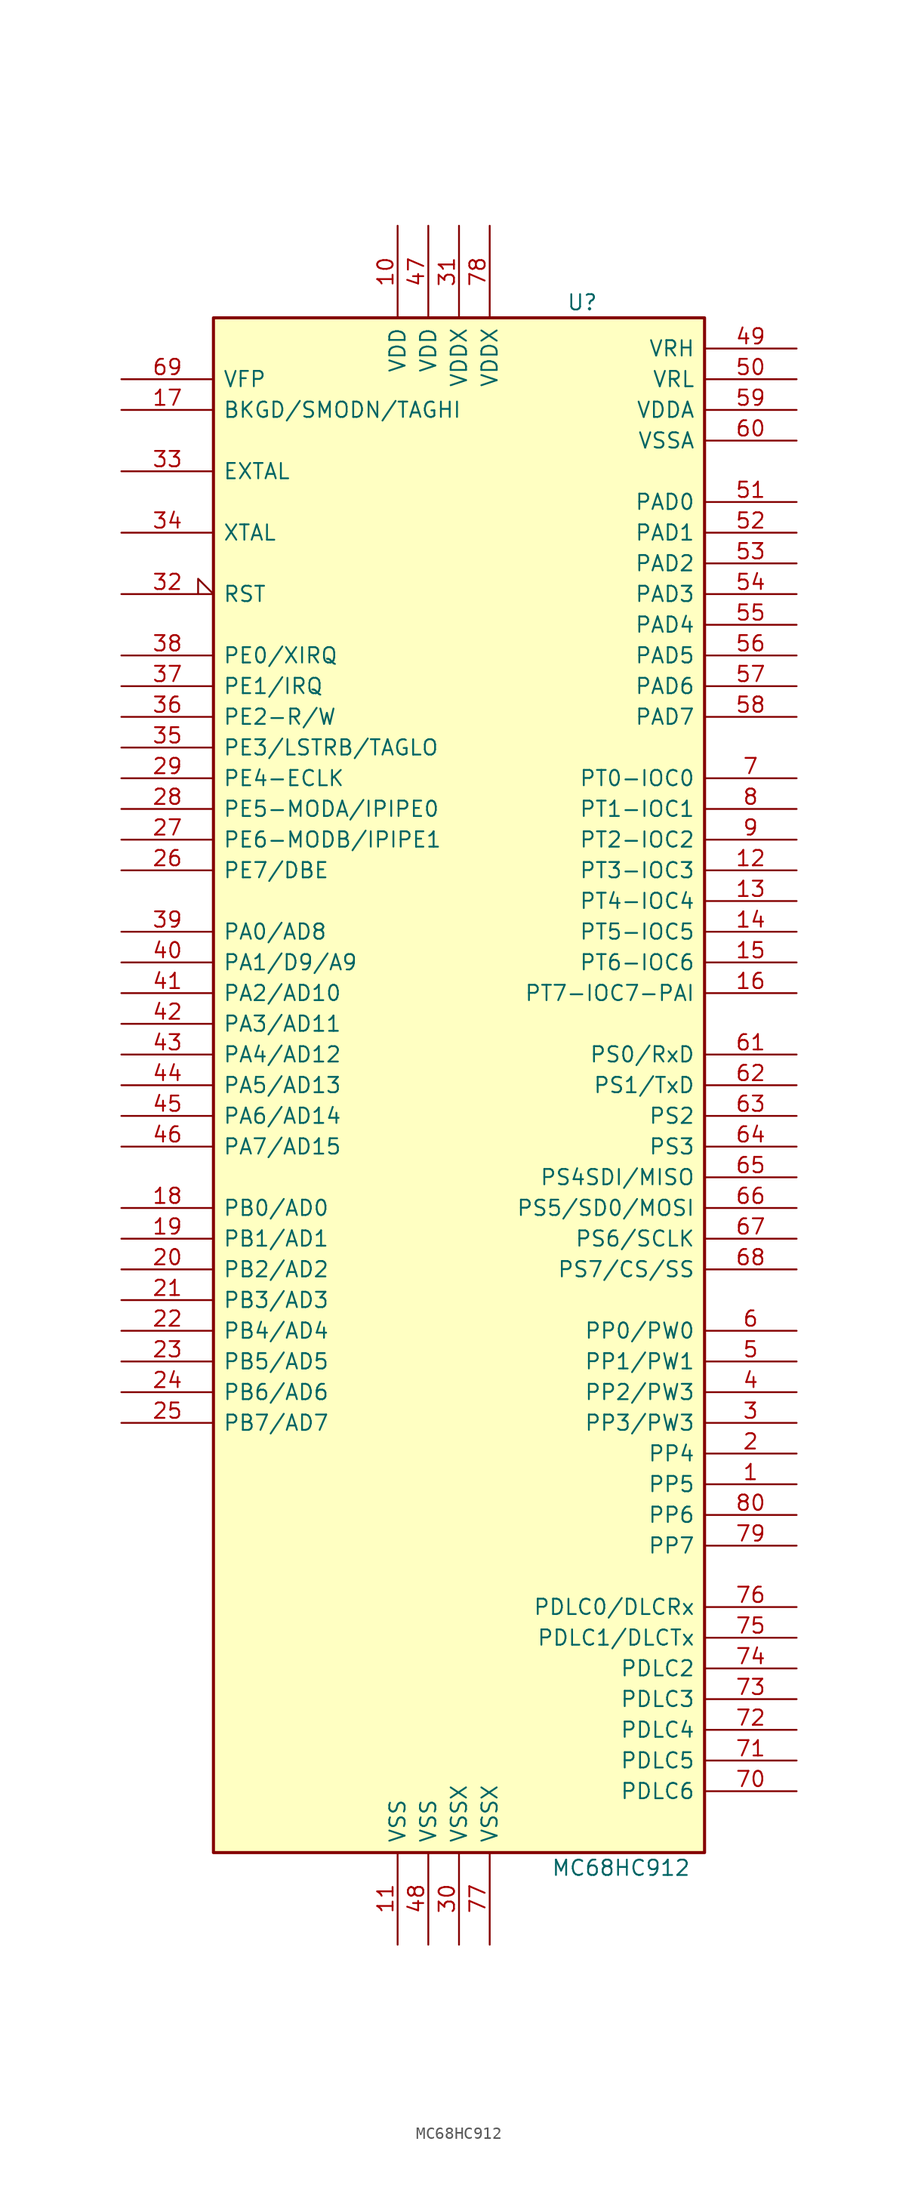
<source format=kicad_sym>
(kicad_symbol_lib
  (version 20201005)
  (generator kicad_symbol_editor)
  (symbol "MC68HC912"
    (pin_names
      (offset 0.762))
    (property "Reference" "U"
      (at 8.89 67.31 0)
      (effects (font (size 1.27 1.27)) (justify left)))
    (property "Value" "MC68HC912"
      (at 7.62 -62.23 0)
      (effects (font (size 1.27 1.27)) (justify left)))
    (symbol "MC68HC912_0_1"
      (rectangle (start -20.32 -60.96) (end 20.32 66.04) (stroke (width 0.254)) (fill (type background))))
    (symbol "MC68HC912_1_1"
      (pin bidirectional line (at 27.94 -30.48 180) (length 7.62) (name "PP5" (effects (font (size 1.27 1.27)))) (number "1" (effects (font (size 1.27 1.27)))))
      (pin power_in line (at -5.08 73.66 270) (length 7.62) (name "VDD" (effects (font (size 1.27 1.27)))) (number "10" (effects (font (size 1.27 1.27)))))
      (pin power_in line (at -5.08 -68.58 90) (length 7.62) (name "VSS" (effects (font (size 1.27 1.27)))) (number "11" (effects (font (size 1.27 1.27)))))
      (pin bidirectional line (at 27.94 20.32 180) (length 7.62) (name "PT3-IOC3" (effects (font (size 1.27 1.27)))) (number "12" (effects (font (size 1.27 1.27)))))
      (pin bidirectional line (at 27.94 17.78 180) (length 7.62) (name "PT4-IOC4" (effects (font (size 1.27 1.27)))) (number "13" (effects (font (size 1.27 1.27)))))
      (pin bidirectional line (at 27.94 15.24 180) (length 7.62) (name "PT5-IOC5" (effects (font (size 1.27 1.27)))) (number "14" (effects (font (size 1.27 1.27)))))
      (pin bidirectional line (at 27.94 12.7 180) (length 7.62) (name "PT6-IOC6" (effects (font (size 1.27 1.27)))) (number "15" (effects (font (size 1.27 1.27)))))
      (pin bidirectional line (at 27.94 10.16 180) (length 7.62) (name "PT7-IOC7-PAI" (effects (font (size 1.27 1.27)))) (number "16" (effects (font (size 1.27 1.27)))))
      (pin bidirectional line (at -27.94 58.42 0) (length 7.62) (name "BKGD/SMODN/TAGHI" (effects (font (size 1.27 1.27)))) (number "17" (effects (font (size 1.27 1.27)))))
      (pin bidirectional line (at -27.94 -7.62 0) (length 7.62) (name "PB0/AD0" (effects (font (size 1.27 1.27)))) (number "18" (effects (font (size 1.27 1.27)))))
      (pin bidirectional line (at -27.94 -10.16 0) (length 7.62) (name "PB1/AD1" (effects (font (size 1.27 1.27)))) (number "19" (effects (font (size 1.27 1.27)))))
      (pin bidirectional line (at 27.94 -27.94 180) (length 7.62) (name "PP4" (effects (font (size 1.27 1.27)))) (number "2" (effects (font (size 1.27 1.27)))))
      (pin bidirectional line (at -27.94 -12.7 0) (length 7.62) (name "PB2/AD2" (effects (font (size 1.27 1.27)))) (number "20" (effects (font (size 1.27 1.27)))))
      (pin bidirectional line (at -27.94 -15.24 0) (length 7.62) (name "PB3/AD3" (effects (font (size 1.27 1.27)))) (number "21" (effects (font (size 1.27 1.27)))))
      (pin bidirectional line (at -27.94 -17.78 0) (length 7.62) (name "PB4/AD4" (effects (font (size 1.27 1.27)))) (number "22" (effects (font (size 1.27 1.27)))))
      (pin bidirectional line (at -27.94 -20.32 0) (length 7.62) (name "PB5/AD5" (effects (font (size 1.27 1.27)))) (number "23" (effects (font (size 1.27 1.27)))))
      (pin bidirectional line (at -27.94 -22.86 0) (length 7.62) (name "PB6/AD6" (effects (font (size 1.27 1.27)))) (number "24" (effects (font (size 1.27 1.27)))))
      (pin bidirectional line (at -27.94 -25.4 0) (length 7.62) (name "PB7/AD7" (effects (font (size 1.27 1.27)))) (number "25" (effects (font (size 1.27 1.27)))))
      (pin bidirectional line (at -27.94 20.32 0) (length 7.62) (name "PE7/DBE" (effects (font (size 1.27 1.27)))) (number "26" (effects (font (size 1.27 1.27)))))
      (pin bidirectional line (at -27.94 22.86 0) (length 7.62) (name "PE6-MODB/IPIPE1" (effects (font (size 1.27 1.27)))) (number "27" (effects (font (size 1.27 1.27)))))
      (pin bidirectional line (at -27.94 25.4 0) (length 7.62) (name "PE5-MODA/IPIPE0" (effects (font (size 1.27 1.27)))) (number "28" (effects (font (size 1.27 1.27)))))
      (pin bidirectional line (at -27.94 27.94 0) (length 7.62) (name "PE4-ECLK" (effects (font (size 1.27 1.27)))) (number "29" (effects (font (size 1.27 1.27)))))
      (pin bidirectional line (at 27.94 -25.4 180) (length 7.62) (name "PP3/PW3" (effects (font (size 1.27 1.27)))) (number "3" (effects (font (size 1.27 1.27)))))
      (pin power_in line (at 0 -68.58 90) (length 7.62) (name "VSSX" (effects (font (size 1.27 1.27)))) (number "30" (effects (font (size 1.27 1.27)))))
      (pin power_in line (at 0 73.66 270) (length 7.62) (name "VDDX" (effects (font (size 1.27 1.27)))) (number "31" (effects (font (size 1.27 1.27)))))
      (pin bidirectional input_low (at -27.94 43.18 0) (length 7.62) (name "RST" (effects (font (size 1.27 1.27)))) (number "32" (effects (font (size 1.27 1.27)))))
      (pin input line (at -27.94 53.34 0) (length 7.62) (name "EXTAL" (effects (font (size 1.27 1.27)))) (number "33" (effects (font (size 1.27 1.27)))))
      (pin output line (at -27.94 48.26 0) (length 7.62) (name "XTAL" (effects (font (size 1.27 1.27)))) (number "34" (effects (font (size 1.27 1.27)))))
      (pin bidirectional line (at -27.94 30.48 0) (length 7.62) (name "PE3/LSTRB/TAGLO" (effects (font (size 1.27 1.27)))) (number "35" (effects (font (size 1.27 1.27)))))
      (pin bidirectional line (at -27.94 33.02 0) (length 7.62) (name "PE2-R/W" (effects (font (size 1.27 1.27)))) (number "36" (effects (font (size 1.27 1.27)))))
      (pin input line (at -27.94 35.56 0) (length 7.62) (name "PE1/IRQ" (effects (font (size 1.27 1.27)))) (number "37" (effects (font (size 1.27 1.27)))))
      (pin input line (at -27.94 38.1 0) (length 7.62) (name "PE0/XIRQ" (effects (font (size 1.27 1.27)))) (number "38" (effects (font (size 1.27 1.27)))))
      (pin bidirectional line (at -27.94 15.24 0) (length 7.62) (name "PA0/AD8" (effects (font (size 1.27 1.27)))) (number "39" (effects (font (size 1.27 1.27)))))
      (pin bidirectional line (at 27.94 -22.86 180) (length 7.62) (name "PP2/PW3" (effects (font (size 1.27 1.27)))) (number "4" (effects (font (size 1.27 1.27)))))
      (pin bidirectional line (at -27.94 12.7 0) (length 7.62) (name "PA1/D9/A9" (effects (font (size 1.27 1.27)))) (number "40" (effects (font (size 1.27 1.27)))))
      (pin bidirectional line (at -27.94 10.16 0) (length 7.62) (name "PA2/AD10" (effects (font (size 1.27 1.27)))) (number "41" (effects (font (size 1.27 1.27)))))
      (pin bidirectional line (at -27.94 7.62 0) (length 7.62) (name "PA3/AD11" (effects (font (size 1.27 1.27)))) (number "42" (effects (font (size 1.27 1.27)))))
      (pin bidirectional line (at -27.94 5.08 0) (length 7.62) (name "PA4/AD12" (effects (font (size 1.27 1.27)))) (number "43" (effects (font (size 1.27 1.27)))))
      (pin bidirectional line (at -27.94 2.54 0) (length 7.62) (name "PA5/AD13" (effects (font (size 1.27 1.27)))) (number "44" (effects (font (size 1.27 1.27)))))
      (pin bidirectional line (at -27.94 0 0) (length 7.62) (name "PA6/AD14" (effects (font (size 1.27 1.27)))) (number "45" (effects (font (size 1.27 1.27)))))
      (pin bidirectional line (at -27.94 -2.54 0) (length 7.62) (name "PA7/AD15" (effects (font (size 1.27 1.27)))) (number "46" (effects (font (size 1.27 1.27)))))
      (pin power_in line (at -2.54 73.66 270) (length 7.62) (name "VDD" (effects (font (size 1.27 1.27)))) (number "47" (effects (font (size 1.27 1.27)))))
      (pin power_in line (at -2.54 -68.58 90) (length 7.62) (name "VSS" (effects (font (size 1.27 1.27)))) (number "48" (effects (font (size 1.27 1.27)))))
      (pin input line (at 27.94 63.5 180) (length 7.62) (name "VRH" (effects (font (size 1.27 1.27)))) (number "49" (effects (font (size 1.27 1.27)))))
      (pin bidirectional line (at 27.94 -20.32 180) (length 7.62) (name "PP1/PW1" (effects (font (size 1.27 1.27)))) (number "5" (effects (font (size 1.27 1.27)))))
      (pin input line (at 27.94 60.96 180) (length 7.62) (name "VRL" (effects (font (size 1.27 1.27)))) (number "50" (effects (font (size 1.27 1.27)))))
      (pin input line (at 27.94 50.8 180) (length 7.62) (name "PAD0" (effects (font (size 1.27 1.27)))) (number "51" (effects (font (size 1.27 1.27)))))
      (pin input line (at 27.94 48.26 180) (length 7.62) (name "PAD1" (effects (font (size 1.27 1.27)))) (number "52" (effects (font (size 1.27 1.27)))))
      (pin input line (at 27.94 45.72 180) (length 7.62) (name "PAD2" (effects (font (size 1.27 1.27)))) (number "53" (effects (font (size 1.27 1.27)))))
      (pin input line (at 27.94 43.18 180) (length 7.62) (name "PAD3" (effects (font (size 1.27 1.27)))) (number "54" (effects (font (size 1.27 1.27)))))
      (pin input line (at 27.94 40.64 180) (length 7.62) (name "PAD4" (effects (font (size 1.27 1.27)))) (number "55" (effects (font (size 1.27 1.27)))))
      (pin input line (at 27.94 38.1 180) (length 7.62) (name "PAD5" (effects (font (size 1.27 1.27)))) (number "56" (effects (font (size 1.27 1.27)))))
      (pin input line (at 27.94 35.56 180) (length 7.62) (name "PAD6" (effects (font (size 1.27 1.27)))) (number "57" (effects (font (size 1.27 1.27)))))
      (pin input line (at 27.94 33.02 180) (length 7.62) (name "PAD7" (effects (font (size 1.27 1.27)))) (number "58" (effects (font (size 1.27 1.27)))))
      (pin input line (at 27.94 58.42 180) (length 7.62) (name "VDDA" (effects (font (size 1.27 1.27)))) (number "59" (effects (font (size 1.27 1.27)))))
      (pin bidirectional line (at 27.94 -17.78 180) (length 7.62) (name "PP0/PW0" (effects (font (size 1.27 1.27)))) (number "6" (effects (font (size 1.27 1.27)))))
      (pin input line (at 27.94 55.88 180) (length 7.62) (name "VSSA" (effects (font (size 1.27 1.27)))) (number "60" (effects (font (size 1.27 1.27)))))
      (pin bidirectional line (at 27.94 5.08 180) (length 7.62) (name "PS0/RxD" (effects (font (size 1.27 1.27)))) (number "61" (effects (font (size 1.27 1.27)))))
      (pin bidirectional line (at 27.94 2.54 180) (length 7.62) (name "PS1/TxD" (effects (font (size 1.27 1.27)))) (number "62" (effects (font (size 1.27 1.27)))))
      (pin bidirectional line (at 27.94 0 180) (length 7.62) (name "PS2" (effects (font (size 1.27 1.27)))) (number "63" (effects (font (size 1.27 1.27)))))
      (pin bidirectional line (at 27.94 -2.54 180) (length 7.62) (name "PS3" (effects (font (size 1.27 1.27)))) (number "64" (effects (font (size 1.27 1.27)))))
      (pin bidirectional line (at 27.94 -5.08 180) (length 7.62) (name "PS4SDI/MISO" (effects (font (size 1.27 1.27)))) (number "65" (effects (font (size 1.27 1.27)))))
      (pin bidirectional line (at 27.94 -7.62 180) (length 7.62) (name "PS5/SD0/MOSI" (effects (font (size 1.27 1.27)))) (number "66" (effects (font (size 1.27 1.27)))))
      (pin bidirectional line (at 27.94 -10.16 180) (length 7.62) (name "PS6/SCLK" (effects (font (size 1.27 1.27)))) (number "67" (effects (font (size 1.27 1.27)))))
      (pin bidirectional line (at 27.94 -12.7 180) (length 7.62) (name "PS7/CS/SS" (effects (font (size 1.27 1.27)))) (number "68" (effects (font (size 1.27 1.27)))))
      (pin input line (at -27.94 60.96 0) (length 7.62) (name "VFP" (effects (font (size 1.27 1.27)))) (number "69" (effects (font (size 1.27 1.27)))))
      (pin bidirectional line (at 27.94 27.94 180) (length 7.62) (name "PT0-IOC0" (effects (font (size 1.27 1.27)))) (number "7" (effects (font (size 1.27 1.27)))))
      (pin bidirectional line (at 27.94 -55.88 180) (length 7.62) (name "PDLC6" (effects (font (size 1.27 1.27)))) (number "70" (effects (font (size 1.27 1.27)))))
      (pin bidirectional line (at 27.94 -53.34 180) (length 7.62) (name "PDLC5" (effects (font (size 1.27 1.27)))) (number "71" (effects (font (size 1.27 1.27)))))
      (pin bidirectional line (at 27.94 -50.8 180) (length 7.62) (name "PDLC4" (effects (font (size 1.27 1.27)))) (number "72" (effects (font (size 1.27 1.27)))))
      (pin bidirectional line (at 27.94 -48.26 180) (length 7.62) (name "PDLC3" (effects (font (size 1.27 1.27)))) (number "73" (effects (font (size 1.27 1.27)))))
      (pin bidirectional line (at 27.94 -45.72 180) (length 7.62) (name "PDLC2" (effects (font (size 1.27 1.27)))) (number "74" (effects (font (size 1.27 1.27)))))
      (pin bidirectional line (at 27.94 -43.18 180) (length 7.62) (name "PDLC1/DLCTx" (effects (font (size 1.27 1.27)))) (number "75" (effects (font (size 1.27 1.27)))))
      (pin bidirectional line (at 27.94 -40.64 180) (length 7.62) (name "PDLC0/DLCRx" (effects (font (size 1.27 1.27)))) (number "76" (effects (font (size 1.27 1.27)))))
      (pin power_in line (at 2.54 -68.58 90) (length 7.62) (name "VSSX" (effects (font (size 1.27 1.27)))) (number "77" (effects (font (size 1.27 1.27)))))
      (pin power_in line (at 2.54 73.66 270) (length 7.62) (name "VDDX" (effects (font (size 1.27 1.27)))) (number "78" (effects (font (size 1.27 1.27)))))
      (pin bidirectional line (at 27.94 -35.56 180) (length 7.62) (name "PP7" (effects (font (size 1.27 1.27)))) (number "79" (effects (font (size 1.27 1.27)))))
      (pin bidirectional line (at 27.94 25.4 180) (length 7.62) (name "PT1-IOC1" (effects (font (size 1.27 1.27)))) (number "8" (effects (font (size 1.27 1.27)))))
      (pin bidirectional line (at 27.94 -33.02 180) (length 7.62) (name "PP6" (effects (font (size 1.27 1.27)))) (number "80" (effects (font (size 1.27 1.27)))))
      (pin bidirectional line (at 27.94 22.86 180) (length 7.62) (name "PT2-IOC2" (effects (font (size 1.27 1.27)))) (number "9" (effects (font (size 1.27 1.27))))))))
</source>
